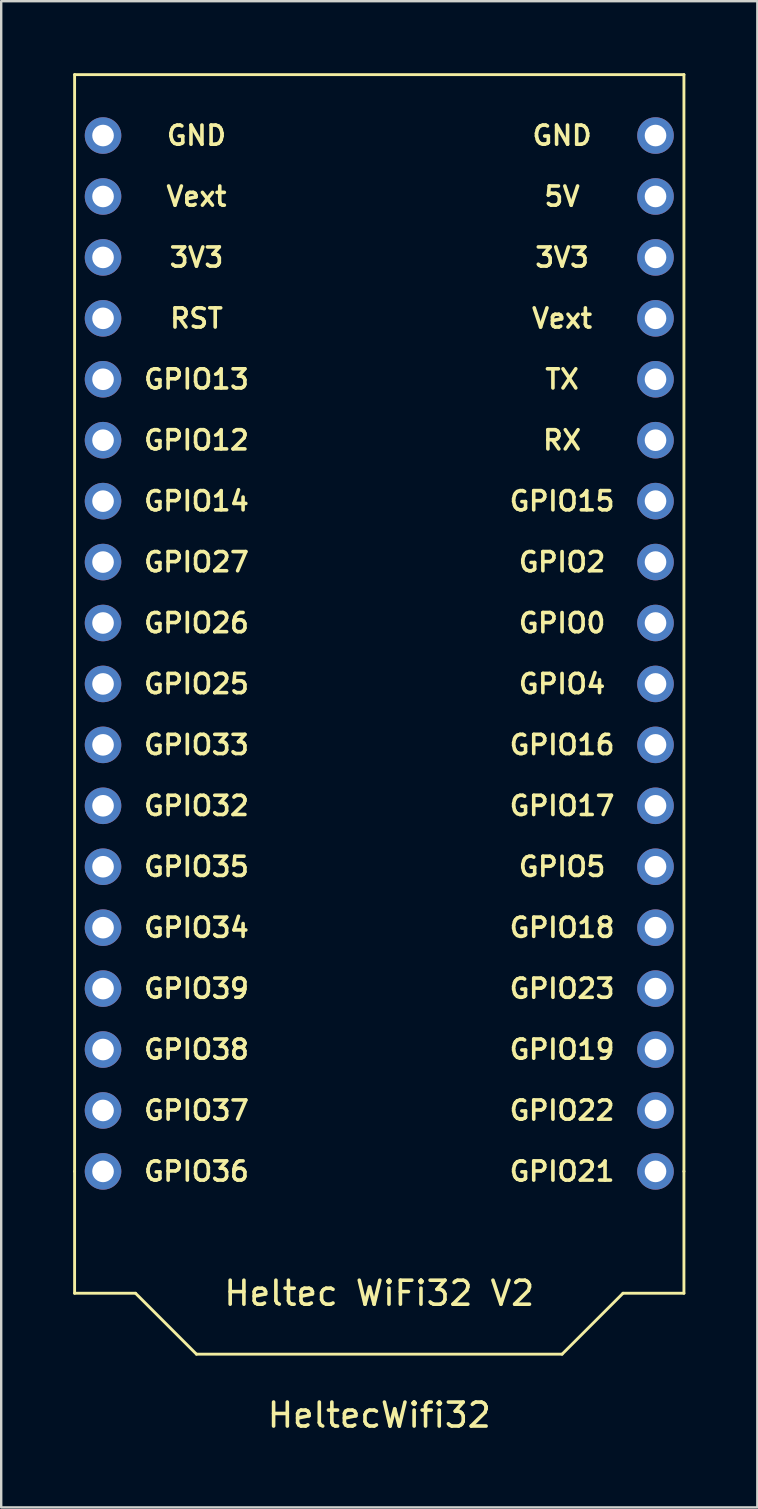
<source format=kicad_pcb>
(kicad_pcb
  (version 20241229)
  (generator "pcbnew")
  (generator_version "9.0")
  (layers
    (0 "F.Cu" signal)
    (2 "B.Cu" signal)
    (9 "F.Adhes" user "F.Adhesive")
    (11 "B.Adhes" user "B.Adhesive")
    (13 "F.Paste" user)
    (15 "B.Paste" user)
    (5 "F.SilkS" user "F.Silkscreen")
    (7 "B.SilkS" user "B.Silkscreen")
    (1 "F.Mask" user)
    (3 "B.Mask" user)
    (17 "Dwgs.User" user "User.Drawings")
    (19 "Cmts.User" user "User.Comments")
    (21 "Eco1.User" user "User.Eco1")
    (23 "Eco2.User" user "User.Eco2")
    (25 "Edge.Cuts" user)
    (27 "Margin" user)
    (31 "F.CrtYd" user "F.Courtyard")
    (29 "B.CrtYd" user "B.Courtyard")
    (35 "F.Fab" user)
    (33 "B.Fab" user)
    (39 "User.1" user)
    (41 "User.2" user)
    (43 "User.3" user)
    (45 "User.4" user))
  (footprint "HeltecWifi32"
    (layer "F.Cu")
    (at 12.76 28)
    (property "Reference" "HeltecWifi32" (at 0 27.94 0) (layer "F.SilkS") (effects (font (size 1 1) (thickness 0.15))))
    (attr through_hole)
    (fp_line (start -12.7 -27.94) (end -12.7 17.78) (stroke (width 0.12) (type solid)) (layer "F.SilkS"))
    (fp_line (start -12.7 -27.94) (end 12.7 -27.94) (stroke (width 0.12) (type solid)) (layer "F.SilkS"))
    (fp_line (start -12.7 17.78) (end -12.7 22.86) (stroke (width 0.12) (type solid)) (layer "F.SilkS"))
    (fp_line (start -12.7 22.86) (end -10.16 22.86) (stroke (width 0.12) (type solid)) (layer "F.SilkS"))
    (fp_line (start -10.16 22.86) (end -7.62 25.4) (stroke (width 0.12) (type solid)) (layer "F.SilkS"))
    (fp_line (start -7.62 25.4) (end 7.62 25.4) (stroke (width 0.12) (type solid)) (layer "F.SilkS"))
    (fp_line (start 7.62 25.4) (end 10.16 22.86) (stroke (width 0.12) (type solid)) (layer "F.SilkS"))
    (fp_line (start 10.16 22.86) (end 12.7 22.86) (stroke (width 0.12) (type solid)) (layer "F.SilkS"))
    (fp_line (start 12.7 17.78) (end 12.7 -27.94) (stroke (width 0.12) (type solid)) (layer "F.SilkS"))
    (fp_line (start 12.7 22.86) (end 12.7 17.78) (stroke (width 0.12) (type solid)) (layer "F.SilkS"))
    (fp_text user "GPIO19" (at 7.62 12.7 0) (layer "F.SilkS") (effects (font (size 0.8 0.8) (thickness 0.15))))
    (fp_text user "GPIO15" (at 7.62 -10.16 0) (layer "F.SilkS") (effects (font (size 0.8 0.8) (thickness 0.15))))
    (fp_text user "5V" (at 7.62 -22.86 0) (layer "F.SilkS") (effects (font (size 0.8 0.8) (thickness 0.15))))
    (fp_text user "GPIO25" (at -7.62 -2.54 0) (layer "F.SilkS") (effects (font (size 0.8 0.8) (thickness 0.15))))
    (fp_text user "GPIO13" (at -7.62 -15.24 0) (layer "F.SilkS") (effects (font (size 0.8 0.8) (thickness 0.15))))
    (fp_text user "TX" (at 7.62 -15.24 0) (layer "F.SilkS") (effects (font (size 0.8 0.8) (thickness 0.15))))
    (fp_text user "RX" (at 7.62 -12.7 0) (layer "F.SilkS") (effects (font (size 0.8 0.8) (thickness 0.15))))
    (fp_text user "GND" (at -7.62 -25.4 0) (layer "F.SilkS") (effects (font (size 0.8 0.8) (thickness 0.15))))
    (fp_text user "GPIO21" (at 7.62 17.78 0) (layer "F.SilkS") (effects (font (size 0.8 0.8) (thickness 0.15))))
    (fp_text user "Heltec WiFi32 V2" (at 0 22.86 0) (layer "F.SilkS") (effects (font (size 1 1) (thickness 0.15))))
    (fp_text user "GPIO26" (at -7.62 -5.08 0) (layer "F.SilkS") (effects (font (size 0.8 0.8) (thickness 0.15))))
    (fp_text user "GPIO4" (at 7.62 -2.54 0) (layer "F.SilkS") (effects (font (size 0.8 0.8) (thickness 0.15))))
    (fp_text user "GPIO18" (at 7.62 7.62 0) (layer "F.SilkS") (effects (font (size 0.8 0.8) (thickness 0.15))))
    (fp_text user "Vext" (at -7.62 -22.86 0) (layer "F.SilkS") (effects (font (size 0.8 0.8) (thickness 0.15))))
    (fp_text user "GPIO2" (at 7.62 -7.62 0) (layer "F.SilkS") (effects (font (size 0.8 0.8) (thickness 0.15))))
    (fp_text user "GPIO27" (at -7.62 -7.62 0) (layer "F.SilkS") (effects (font (size 0.8 0.8) (thickness 0.15))))
    (fp_text user "GPIO0" (at 7.62 -5.08 0) (layer "F.SilkS") (effects (font (size 0.8 0.8) (thickness 0.15))))
    (fp_text user "GPIO34" (at -7.62 7.62 0) (layer "F.SilkS") (effects (font (size 0.8 0.8) (thickness 0.15))))
    (fp_text user "GPIO23" (at 7.62 10.16 0) (layer "F.SilkS") (effects (font (size 0.8 0.8) (thickness 0.15))))
    (fp_text user "GPIO22" (at 7.62 15.24 0) (layer "F.SilkS") (effects (font (size 0.8 0.8) (thickness 0.15))))
    (fp_text user "GPIO17" (at 7.62 2.54 0) (layer "F.SilkS") (effects (font (size 0.8 0.8) (thickness 0.15))))
    (fp_text user "3V3" (at -7.62 -20.32 0) (layer "F.SilkS") (effects (font (size 0.8 0.8) (thickness 0.15))))
    (fp_text user "GPIO36" (at -7.62 17.78 0) (layer "F.SilkS") (effects (font (size 0.8 0.8) (thickness 0.15))))
    (fp_text user "GPIO32" (at -7.62 2.54 0) (layer "F.SilkS") (effects (font (size 0.8 0.8) (thickness 0.15))))
    (fp_text user "GPIO35" (at -7.62 5.08 0) (layer "F.SilkS") (effects (font (size 0.8 0.8) (thickness 0.15))))
    (fp_text user "GPIO16" (at 7.62 0 0) (layer "F.SilkS") (effects (font (size 0.8 0.8) (thickness 0.15))))
    (fp_text user "3V3" (at 7.62 -20.32 0) (layer "F.SilkS") (effects (font (size 0.8 0.8) (thickness 0.15))))
    (fp_text user "Vext" (at 7.62 -17.78 0) (layer "F.SilkS") (effects (font (size 0.8 0.8) (thickness 0.15))))
    (fp_text user "GPIO39" (at -7.62 10.16 0) (layer "F.SilkS") (effects (font (size 0.8 0.8) (thickness 0.15))))
    (fp_text user "GND" (at 7.62 -25.4 0) (layer "F.SilkS") (effects (font (size 0.8 0.8) (thickness 0.15))))
    (fp_text user "RST" (at -7.62 -17.78 0) (layer "F.SilkS") (effects (font (size 0.8 0.8) (thickness 0.15))))
    (fp_text user "GPIO38" (at -7.62 12.7 0) (layer "F.SilkS") (effects (font (size 0.8 0.8) (thickness 0.15))))
    (fp_text user "GPIO5" (at 7.62 5.08 0) (layer "F.SilkS") (effects (font (size 0.8 0.8) (thickness 0.15))))
    (fp_text user "GPIO37" (at -7.62 15.24 0) (layer "F.SilkS") (effects (font (size 0.8 0.8) (thickness 0.15))))
    (fp_text user "GPIO12" (at -7.62 -12.7 0) (layer "F.SilkS") (effects (font (size 0.8 0.8) (thickness 0.15))))
    (fp_text user "GPIO14" (at -7.62 -10.16 0) (layer "F.SilkS") (effects (font (size 0.8 0.8) (thickness 0.15))))
    (fp_text user "GPIO33" (at -7.62 0 0) (layer "F.SilkS") (effects (font (size 0.8 0.8) (thickness 0.15))))
    (pad "1" thru_hole circle (at -11.515 -25.4) (size 1.524 1.524) (drill 0.9) (layers "*.Cu" "*.Mask"))
    (pad "2" thru_hole circle (at -11.515 -22.86) (size 1.524 1.524) (drill 0.9) (layers "*.Cu" "*.Mask"))
    (pad "3" thru_hole circle (at -11.515 -20.32) (size 1.524 1.524) (drill 0.9) (layers "*.Cu" "*.Mask"))
    (pad "4" thru_hole circle (at -11.515 -17.78) (size 1.524 1.524) (drill 0.9) (layers "*.Cu" "*.Mask"))
    (pad "5" thru_hole circle (at -11.515 -15.24) (size 1.524 1.524) (drill 0.9) (layers "*.Cu" "*.Mask"))
    (pad "6" thru_hole circle (at -11.515 -12.7) (size 1.524 1.524) (drill 0.9) (layers "*.Cu" "*.Mask"))
    (pad "7" thru_hole circle (at -11.515 -10.16) (size 1.524 1.524) (drill 0.9) (layers "*.Cu" "*.Mask"))
    (pad "8" thru_hole circle (at -11.515 -7.62) (size 1.524 1.524) (drill 0.9) (layers "*.Cu" "*.Mask"))
    (pad "9" thru_hole circle (at -11.515 -5.08) (size 1.524 1.524) (drill 0.9) (layers "*.Cu" "*.Mask"))
    (pad "10" thru_hole circle (at -11.515 -2.54) (size 1.524 1.524) (drill 0.9) (layers "*.Cu" "*.Mask"))
    (pad "11" thru_hole circle (at -11.515 0) (size 1.524 1.524) (drill 0.9) (layers "*.Cu" "*.Mask"))
    (pad "12" thru_hole circle (at -11.515 2.54) (size 1.524 1.524) (drill 0.9) (layers "*.Cu" "*.Mask"))
    (pad "13" thru_hole circle (at -11.515 5.08) (size 1.524 1.524) (drill 0.9) (layers "*.Cu" "*.Mask"))
    (pad "14" thru_hole circle (at -11.515 7.62) (size 1.524 1.524) (drill 0.9) (layers "*.Cu" "*.Mask"))
    (pad "15" thru_hole circle (at -11.515 10.16) (size 1.524 1.524) (drill 0.9) (layers "*.Cu" "*.Mask"))
    (pad "16" thru_hole circle (at -11.515 12.7) (size 1.524 1.524) (drill 0.9) (layers "*.Cu" "*.Mask"))
    (pad "17" thru_hole circle (at -11.515 15.24) (size 1.524 1.524) (drill 0.9) (layers "*.Cu" "*.Mask"))
    (pad "18" thru_hole circle (at -11.515 17.78) (size 1.524 1.524) (drill 0.9) (layers "*.Cu" "*.Mask"))
    (pad "19" thru_hole circle (at 11.515 17.78) (size 1.524 1.524) (drill 0.9) (layers "*.Cu" "*.Mask"))
    (pad "20" thru_hole circle (at 11.515 15.24) (size 1.524 1.524) (drill 0.9) (layers "*.Cu" "*.Mask"))
    (pad "21" thru_hole circle (at 11.515 12.7) (size 1.524 1.524) (drill 0.9) (layers "*.Cu" "*.Mask"))
    (pad "22" thru_hole circle (at 11.515 10.16) (size 1.524 1.524) (drill 0.9) (layers "*.Cu" "*.Mask"))
    (pad "23" thru_hole circle (at 11.515 7.62) (size 1.524 1.524) (drill 0.9) (layers "*.Cu" "*.Mask"))
    (pad "24" thru_hole circle (at 11.515 5.08) (size 1.524 1.524) (drill 0.9) (layers "*.Cu" "*.Mask"))
    (pad "25" thru_hole circle (at 11.515 2.54) (size 1.524 1.524) (drill 0.9) (layers "*.Cu" "*.Mask"))
    (pad "26" thru_hole circle (at 11.515 0) (size 1.524 1.524) (drill 0.9) (layers "*.Cu" "*.Mask"))
    (pad "27" thru_hole circle (at 11.515 -2.54) (size 1.524 1.524) (drill 0.9) (layers "*.Cu" "*.Mask"))
    (pad "28" thru_hole circle (at 11.515 -5.08) (size 1.524 1.524) (drill 0.9) (layers "*.Cu" "*.Mask"))
    (pad "29" thru_hole circle (at 11.515 -7.62) (size 1.524 1.524) (drill 0.9) (layers "*.Cu" "*.Mask"))
    (pad "30" thru_hole circle (at 11.515 -10.16) (size 1.524 1.524) (drill 0.9) (layers "*.Cu" "*.Mask"))
    (pad "31" thru_hole circle (at 11.515 -12.7) (size 1.524 1.524) (drill 0.9) (layers "*.Cu" "*.Mask"))
    (pad "32" thru_hole circle (at 11.515 -15.24) (size 1.524 1.524) (drill 0.9) (layers "*.Cu" "*.Mask"))
    (pad "33" thru_hole circle (at 11.515 -17.78) (size 1.524 1.524) (drill 0.9) (layers "*.Cu" "*.Mask"))
    (pad "34" thru_hole circle (at 11.515 -20.32) (size 1.524 1.524) (drill 0.9) (layers "*.Cu" "*.Mask"))
    (pad "35" thru_hole circle (at 11.515 -22.86) (size 1.524 1.524) (drill 0.9) (layers "*.Cu" "*.Mask"))
    (pad "36" thru_hole circle (at 11.515 -25.4) (size 1.524 1.524) (drill 0.9) (layers "*.Cu" "*.Mask")))
  (gr_rect
    (start -3 -3)
    (end 28.52 59.788)
    (stroke (width 0.1) (type default))
    (fill no)
    (layer "Edge.Cuts")))
</source>
